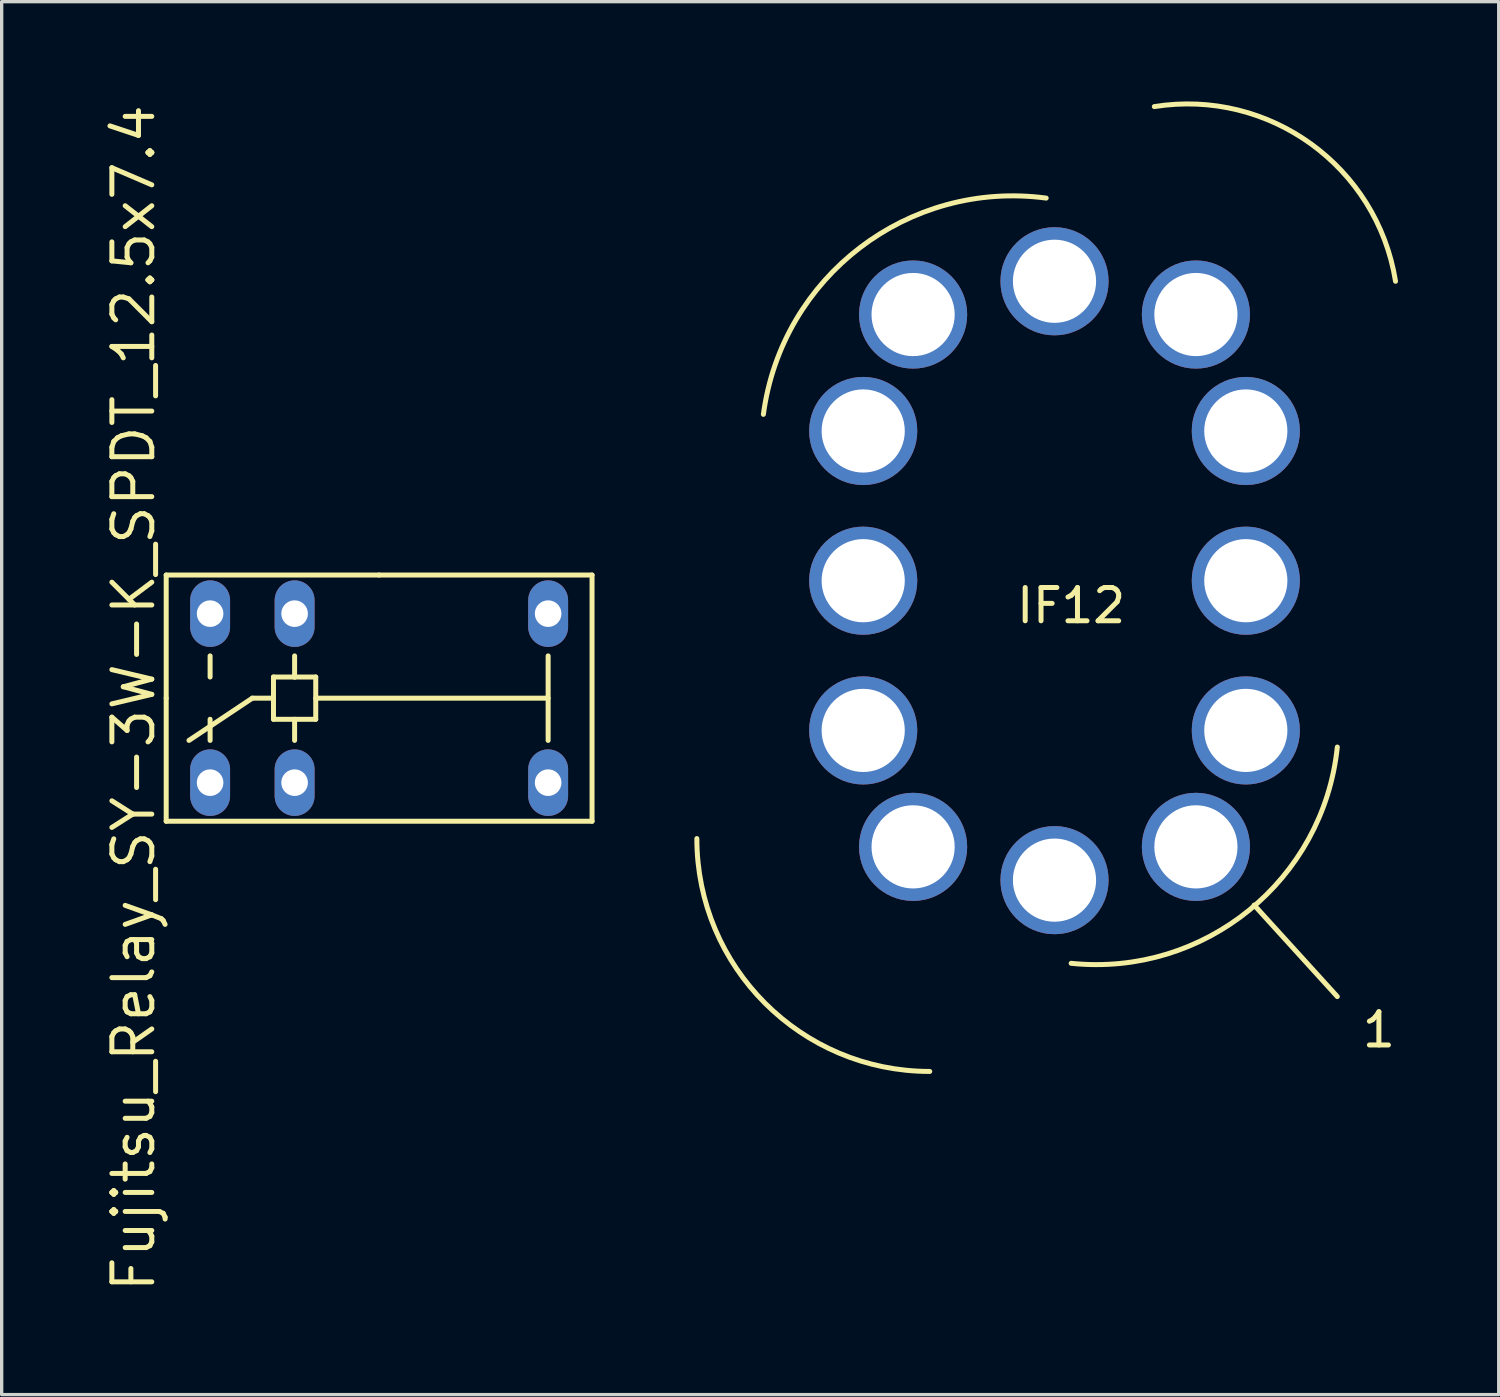
<source format=kicad_pcb>
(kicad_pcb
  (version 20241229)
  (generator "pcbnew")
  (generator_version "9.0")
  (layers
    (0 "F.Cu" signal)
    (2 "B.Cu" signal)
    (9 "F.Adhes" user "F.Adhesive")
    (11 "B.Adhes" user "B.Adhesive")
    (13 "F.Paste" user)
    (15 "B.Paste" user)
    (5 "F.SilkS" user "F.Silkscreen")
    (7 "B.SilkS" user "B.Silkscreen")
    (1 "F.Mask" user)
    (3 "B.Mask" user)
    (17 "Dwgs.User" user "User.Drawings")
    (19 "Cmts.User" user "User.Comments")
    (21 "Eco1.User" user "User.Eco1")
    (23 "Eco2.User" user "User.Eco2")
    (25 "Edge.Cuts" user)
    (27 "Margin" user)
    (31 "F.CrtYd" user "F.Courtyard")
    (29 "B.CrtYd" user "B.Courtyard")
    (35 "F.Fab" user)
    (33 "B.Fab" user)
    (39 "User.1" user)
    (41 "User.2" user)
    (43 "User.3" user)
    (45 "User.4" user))
  (footprint "IF12"
    (layer "F.Cu")
    (at 28.645 14.404)
    (property "Reference" "IF12" (at 0.5 0.75 0) (layer "F.SilkS") (effects (font (size 1 1) (thickness 0.15))))
    (attr through_hole)
    (fp_line (start 6 9.75) (end 8.5 12.5) (stroke (width 0.15) (type solid)) (layer "F.SilkS"))
    (fp_arc (start -8.75 -5) (mid -5.846194 -10.010408) (end -0.25 -11.5) (stroke (width 0.15) (type solid)) (layer "F.SilkS"))
    (fp_arc (start -3.75 14.75) (mid -8.699747 12.699747) (end -10.75 7.75) (stroke (width 0.15) (type solid)) (layer "F.SilkS"))
    (fp_arc (start 3 -14.25) (mid 7.712311 -13.126524) (end 10.25 -9) (stroke (width 0.15) (type solid)) (layer "F.SilkS"))
    (fp_arc (start 8.5 5) (mid 5.846194 9.906854) (end 0.5 11.5) (stroke (width 0.15) (type solid)) (layer "F.SilkS"))
    (fp_text user "1" (at 9.75 13.5 0) (layer "F.SilkS") (effects (font (size 1 1) (thickness 0.15))))
    (pad "1" thru_hole circle (at 4.25 8) (size 3.25 3.25) (drill 2.5) (layers "*.Cu" "*.Mask"))
    (pad "2" thru_hole circle (at 5.75 4.5) (size 3.25 3.25) (drill 2.5) (layers "*.Cu" "*.Mask"))
    (pad "3" thru_hole circle (at 5.75 0) (size 3.25 3.25) (drill 2.5) (layers "*.Cu" "*.Mask"))
    (pad "4" thru_hole circle (at 5.75 -4.5) (size 3.25 3.25) (drill 2.5) (layers "*.Cu" "*.Mask"))
    (pad "5" thru_hole circle (at 4.25 -8) (size 3.25 3.25) (drill 2.5) (layers "*.Cu" "*.Mask"))
    (pad "6" thru_hole circle (at 0 -9) (size 3.25 3.25) (drill 2.5) (layers "*.Cu" "*.Mask"))
    (pad "7" thru_hole circle (at -4.25 -8) (size 3.25 3.25) (drill 2.5) (layers "*.Cu" "*.Mask"))
    (pad "8" thru_hole circle (at -5.75 -4.5) (size 3.25 3.25) (drill 2.5) (layers "*.Cu" "*.Mask"))
    (pad "9" thru_hole circle (at -5.75 0) (size 3.25 3.25) (drill 2.5) (layers "*.Cu" "*.Mask"))
    (pad "10" thru_hole circle (at -5.75 4.5) (size 3.25 3.25) (drill 2.5) (layers "*.Cu" "*.Mask"))
    (pad "11" thru_hole circle (at -4.25 8) (size 3.25 3.25) (drill 2.5) (layers "*.Cu" "*.Mask"))
    (pad "12" thru_hole circle (at 0 9) (size 3.25 3.25) (drill 2.5) (layers "*.Cu" "*.Mask")))
  (footprint "Fujitsu_Relay_SY-3W-K_SPDT_12.5x7.4"
    (layer "F.Cu")
    (at 8.345 17.934)
    (property "Reference" "Fujitsu_Relay_SY-3W-K_SPDT_12.5x7.4" (at -7.38 0 90) (layer "F.SilkS") (effects (font (size 1.2 1.2) (thickness 0.15))))
    (attr through_hole)
    (fp_line (start -6.4 0) (end -6.4 -3.7) (stroke (width 0.15) (type solid)) (layer "F.SilkS"))
    (fp_line (start -6.4 0) (end -6.4 3.7) (stroke (width 0.15) (type solid)) (layer "F.SilkS"))
    (fp_line (start -5.08 -1.27) (end -5.08 -0.635) (stroke (width 0.15) (type solid)) (layer "F.SilkS"))
    (fp_line (start -5.08 1.27) (end -5.08 0.635) (stroke (width 0.15) (type solid)) (layer "F.SilkS"))
    (fp_line (start -3.81 0) (end -5.715 1.27) (stroke (width 0.15) (type solid)) (layer "F.SilkS"))
    (fp_line (start -3.175 -0.635) (end -3.175 0.635) (stroke (width 0.15) (type solid)) (layer "F.SilkS"))
    (fp_line (start -3.175 0) (end -3.81 0) (stroke (width 0.15) (type solid)) (layer "F.SilkS"))
    (fp_line (start -3.175 0.635) (end -1.905 0.635) (stroke (width 0.15) (type solid)) (layer "F.SilkS"))
    (fp_line (start -2.54 -1.27) (end -2.54 -0.635) (stroke (width 0.15) (type solid)) (layer "F.SilkS"))
    (fp_line (start -2.54 -0.635) (end -3.175 -0.635) (stroke (width 0.15) (type solid)) (layer "F.SilkS"))
    (fp_line (start -2.54 0.635) (end -2.54 1.27) (stroke (width 0.15) (type solid)) (layer "F.SilkS"))
    (fp_line (start -1.905 -0.635) (end -2.54 -0.635) (stroke (width 0.15) (type solid)) (layer "F.SilkS"))
    (fp_line (start -1.905 0.635) (end -1.905 -0.635) (stroke (width 0.15) (type solid)) (layer "F.SilkS"))
    (fp_line (start 0 -3.7) (end -6.4 -3.7) (stroke (width 0.15) (type solid)) (layer "F.SilkS"))
    (fp_line (start 0 -3.7) (end 6.4 -3.7) (stroke (width 0.15) (type solid)) (layer "F.SilkS"))
    (fp_line (start 5.08 -1.27) (end 5.08 1.27) (stroke (width 0.15) (type solid)) (layer "F.SilkS"))
    (fp_line (start 5.08 0) (end -1.905 0) (stroke (width 0.15) (type solid)) (layer "F.SilkS"))
    (fp_line (start 6.4 -3.7) (end 6.4 3.7) (stroke (width 0.15) (type solid)) (layer "F.SilkS"))
    (fp_line (start 6.4 3.7) (end -6.4 3.7) (stroke (width 0.15) (type solid)) (layer "F.SilkS"))
    (pad "1" thru_hole oval (at -5.08 2.54) (size 1.2 2) (drill 0.8) (layers "*.Cu" "*.Mask"))
    (pad "2" thru_hole oval (at -2.54 2.54) (size 1.2 2) (drill 0.8) (layers "*.Cu" "*.Mask"))
    (pad "5" thru_hole oval (at 5.08 2.54) (size 1.2 2) (drill 0.8) (layers "*.Cu" "*.Mask"))
    (pad "6" thru_hole oval (at 5.08 -2.54) (size 1.2 2) (drill 0.8) (layers "*.Cu" "*.Mask"))
    (pad "9" thru_hole oval (at -2.54 -2.54) (size 1.2 2) (drill 0.8) (layers "*.Cu" "*.Mask"))
    (pad "10" thru_hole oval (at -5.08 -2.54) (size 1.2 2) (drill 0.8) (layers "*.Cu" "*.Mask")))
  (gr_rect
    (start -3 -3)
    (end 41.996 38.867)
    (stroke (width 0.1) (type default))
    (fill no)
    (layer "Edge.Cuts")))
</source>
